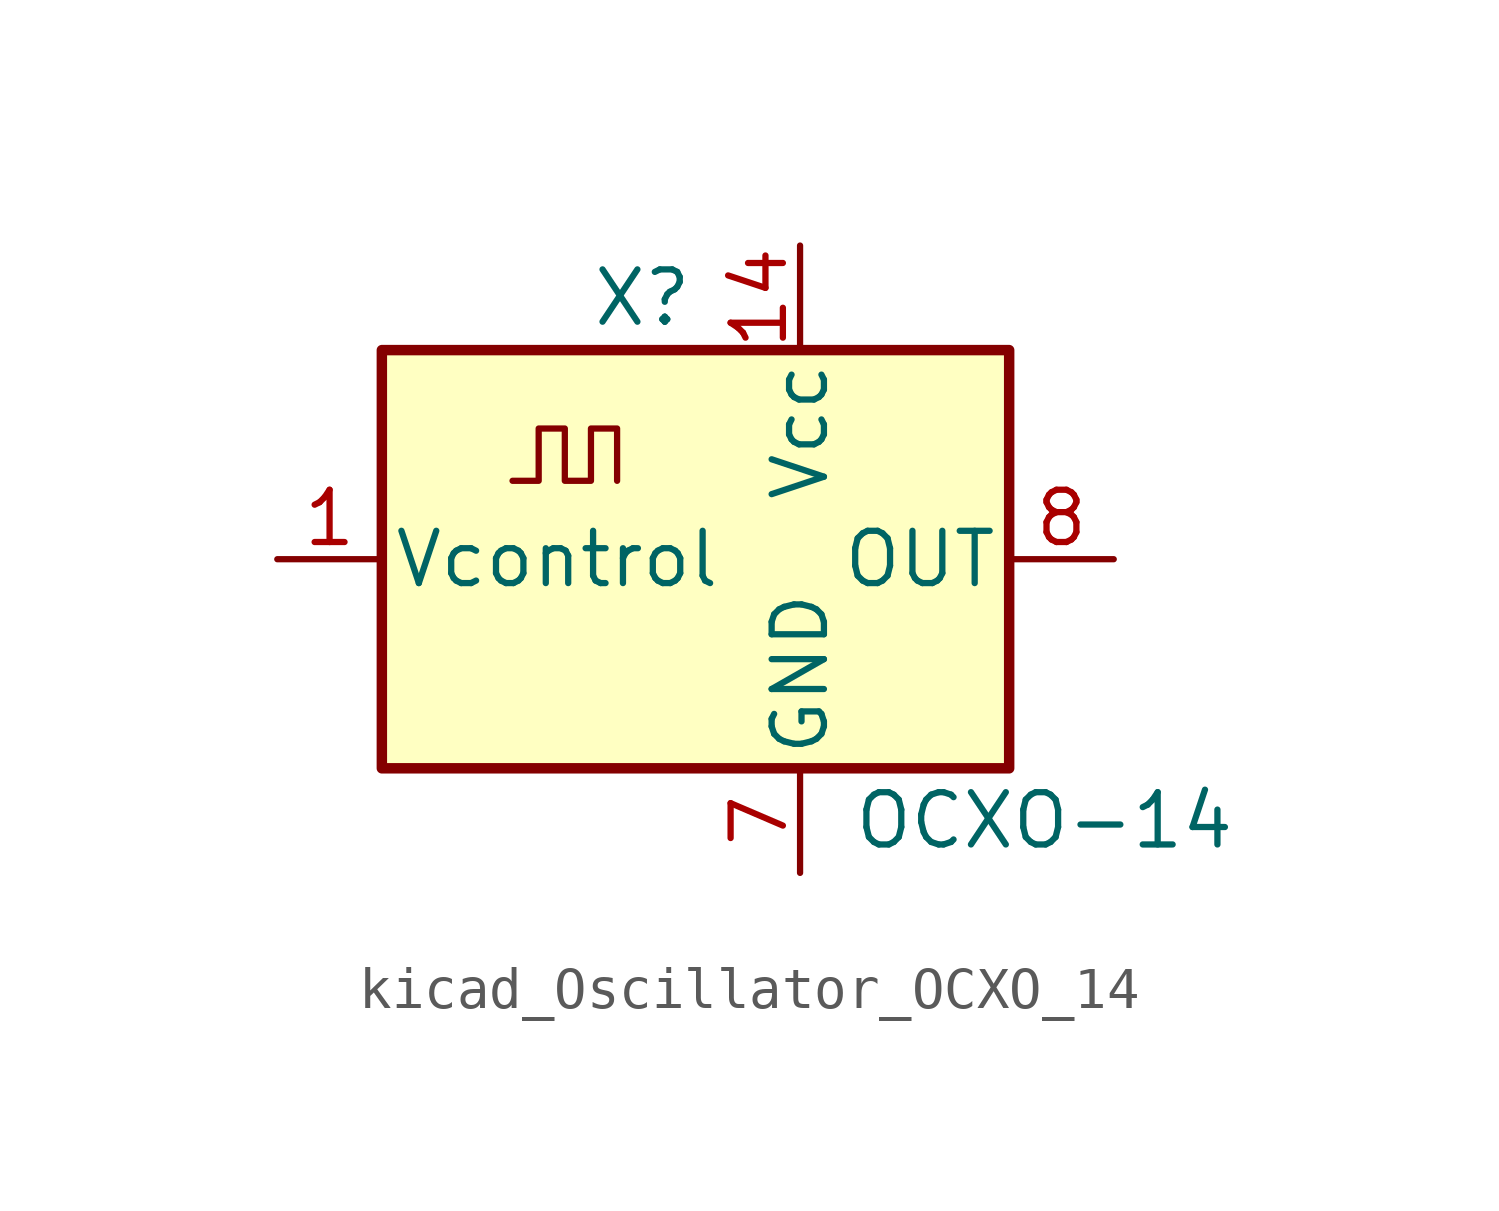
<source format=kicad_sym>
(kicad_symbol_lib
  (version 20220914)
  (generator kicad_symbol_editor)
  (symbol "kicad_Oscillator_OCXO_14"
    (pin_names
      (offset 0.254))
    (property "Reference" "X"
      (at -5.08 6.35 0)
      (effects (font (size 1.27 1.27)) (justify left)))
    (property "Value" "OCXO-14"
      (at 1.27 -6.35 0)
      (effects (font (size 1.27 1.27)) (justify left)))
    (symbol "kicad_Oscillator_OCXO_14_0_1"
      (rectangle (start -10.16 5.08) (end 5.08 -5.08) (stroke (width 0.254) (type default)) (fill (type background)))
      (polyline (pts (xy -6.985 1.905) (xy -6.35 1.905) (xy -6.35 3.175) (xy -5.715 3.175) (xy -5.715 1.905) (xy -5.08 1.905) (xy -5.08 3.175) (xy -4.445 3.175) (xy -4.445 1.905)) (stroke (width 0) (type default)) (fill (type none))))
    (symbol "kicad_Oscillator_OCXO_14_1_1"
      (pin input line (at -12.7 0 0) (length 2.54) (name "Vcontrol" (effects (font (size 1.27 1.27)))) (number "1" (effects (font (size 1.27 1.27)))))
      (pin power_in line (at 0 7.62 270) (length 2.54) (name "Vcc" (effects (font (size 1.27 1.27)))) (number "14" (effects (font (size 1.27 1.27)))))
      (pin power_in line (at 0 -7.62 90) (length 2.54) (name "GND" (effects (font (size 1.27 1.27)))) (number "7" (effects (font (size 1.27 1.27)))))
      (pin output line (at 7.62 0 180) (length 2.54) (name "OUT" (effects (font (size 1.27 1.27)))) (number "8" (effects (font (size 1.27 1.27))))))))
</source>
